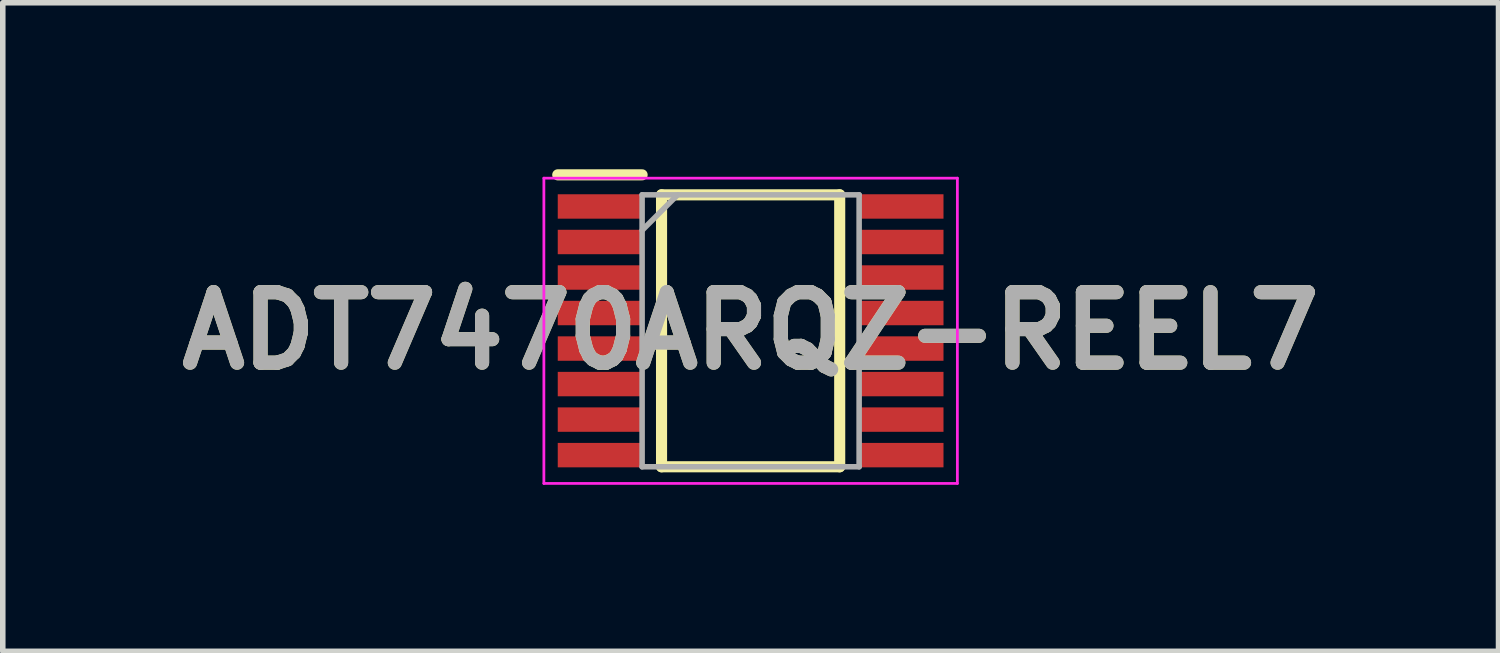
<source format=kicad_pcb>
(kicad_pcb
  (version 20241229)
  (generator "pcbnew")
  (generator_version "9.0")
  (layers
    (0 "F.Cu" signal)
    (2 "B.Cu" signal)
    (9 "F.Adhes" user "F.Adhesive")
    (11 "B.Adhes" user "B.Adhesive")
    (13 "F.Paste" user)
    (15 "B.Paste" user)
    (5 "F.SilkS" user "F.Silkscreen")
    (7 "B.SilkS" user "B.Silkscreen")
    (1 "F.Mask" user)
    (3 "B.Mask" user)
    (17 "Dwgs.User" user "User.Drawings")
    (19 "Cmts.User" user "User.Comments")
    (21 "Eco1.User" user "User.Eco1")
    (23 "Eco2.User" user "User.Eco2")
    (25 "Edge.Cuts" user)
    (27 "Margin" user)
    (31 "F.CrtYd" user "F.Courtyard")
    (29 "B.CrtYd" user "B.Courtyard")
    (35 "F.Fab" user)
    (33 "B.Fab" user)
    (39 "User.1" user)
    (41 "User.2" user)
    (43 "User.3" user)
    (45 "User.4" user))
  (footprint "ADT7470ARQZ-REEL7"
    (layer "F.Cu")
    (at 10.474 2.91)
    (property "Reference" "ADT7470ARQZ-REEL7" (at 0 0 0) (layer "F.SilkS") (effects (font (size 1.27 1.27) (thickness 0.254))))
    (attr smd)
    (fp_line (start -3.475 -2.81) (end -1.955 -2.81) (stroke (width 0.2) (type solid)) (layer "F.SilkS"))
    (fp_line (start -1.605 -2.45) (end 1.605 -2.45) (stroke (width 0.2) (type solid)) (layer "F.SilkS"))
    (fp_line (start -1.605 2.45) (end -1.605 -2.45) (stroke (width 0.2) (type solid)) (layer "F.SilkS"))
    (fp_line (start 1.605 -2.45) (end 1.605 2.45) (stroke (width 0.2) (type solid)) (layer "F.SilkS"))
    (fp_line (start 1.605 2.45) (end -1.605 2.45) (stroke (width 0.2) (type solid)) (layer "F.SilkS"))
    (fp_line (start -3.725 -2.75) (end 3.725 -2.75) (stroke (width 0.05) (type solid)) (layer "F.CrtYd"))
    (fp_line (start -3.725 2.75) (end -3.725 -2.75) (stroke (width 0.05) (type solid)) (layer "F.CrtYd"))
    (fp_line (start 3.725 -2.75) (end 3.725 2.75) (stroke (width 0.05) (type solid)) (layer "F.CrtYd"))
    (fp_line (start 3.725 2.75) (end -3.725 2.75) (stroke (width 0.05) (type solid)) (layer "F.CrtYd"))
    (fp_line (start -1.955 -2.45) (end 1.955 -2.45) (stroke (width 0.1) (type solid)) (layer "F.Fab"))
    (fp_line (start -1.955 -1.81) (end -1.315 -2.45) (stroke (width 0.1) (type solid)) (layer "F.Fab"))
    (fp_line (start -1.955 2.45) (end -1.955 -2.45) (stroke (width 0.1) (type solid)) (layer "F.Fab"))
    (fp_line (start 1.955 -2.45) (end 1.955 2.45) (stroke (width 0.1) (type solid)) (layer "F.Fab"))
    (fp_line (start 1.955 2.45) (end -1.955 2.45) (stroke (width 0.1) (type solid)) (layer "F.Fab"))
    (fp_text user "${REFERENCE}" (at 0 0 0) (layer "F.Fab") (effects (font (size 1.27 1.27) (thickness 0.254))))
    (pad "1" smd rect (at -2.715 -2.24 90) (size 0.44 1.52) (layers "F.Cu" "F.Mask" "F.Paste"))
    (pad "2" smd rect (at -2.715 -1.6 90) (size 0.44 1.52) (layers "F.Cu" "F.Mask" "F.Paste"))
    (pad "3" smd rect (at -2.715 -0.96 90) (size 0.44 1.52) (layers "F.Cu" "F.Mask" "F.Paste"))
    (pad "4" smd rect (at -2.715 -0.32 90) (size 0.44 1.52) (layers "F.Cu" "F.Mask" "F.Paste"))
    (pad "5" smd rect (at -2.715 0.32 90) (size 0.44 1.52) (layers "F.Cu" "F.Mask" "F.Paste"))
    (pad "6" smd rect (at -2.715 0.96 90) (size 0.44 1.52) (layers "F.Cu" "F.Mask" "F.Paste"))
    (pad "7" smd rect (at -2.715 1.6 90) (size 0.44 1.52) (layers "F.Cu" "F.Mask" "F.Paste"))
    (pad "8" smd rect (at -2.715 2.24 90) (size 0.44 1.52) (layers "F.Cu" "F.Mask" "F.Paste"))
    (pad "9" smd rect (at 2.715 2.24 90) (size 0.44 1.52) (layers "F.Cu" "F.Mask" "F.Paste"))
    (pad "10" smd rect (at 2.715 1.6 90) (size 0.44 1.52) (layers "F.Cu" "F.Mask" "F.Paste"))
    (pad "11" smd rect (at 2.715 0.96 90) (size 0.44 1.52) (layers "F.Cu" "F.Mask" "F.Paste"))
    (pad "12" smd rect (at 2.715 0.32 90) (size 0.44 1.52) (layers "F.Cu" "F.Mask" "F.Paste"))
    (pad "13" smd rect (at 2.715 -0.32 90) (size 0.44 1.52) (layers "F.Cu" "F.Mask" "F.Paste"))
    (pad "14" smd rect (at 2.715 -0.96 90) (size 0.44 1.52) (layers "F.Cu" "F.Mask" "F.Paste"))
    (pad "15" smd rect (at 2.715 -1.6 90) (size 0.44 1.52) (layers "F.Cu" "F.Mask" "F.Paste"))
    (pad "16" smd rect (at 2.715 -2.24 90) (size 0.44 1.52) (layers "F.Cu" "F.Mask" "F.Paste")))
  (gr_rect
    (start -3 -3)
    (end 23.949 8.685)
    (stroke (width 0.1) (type default))
    (fill no)
    (layer "Edge.Cuts")))
</source>
